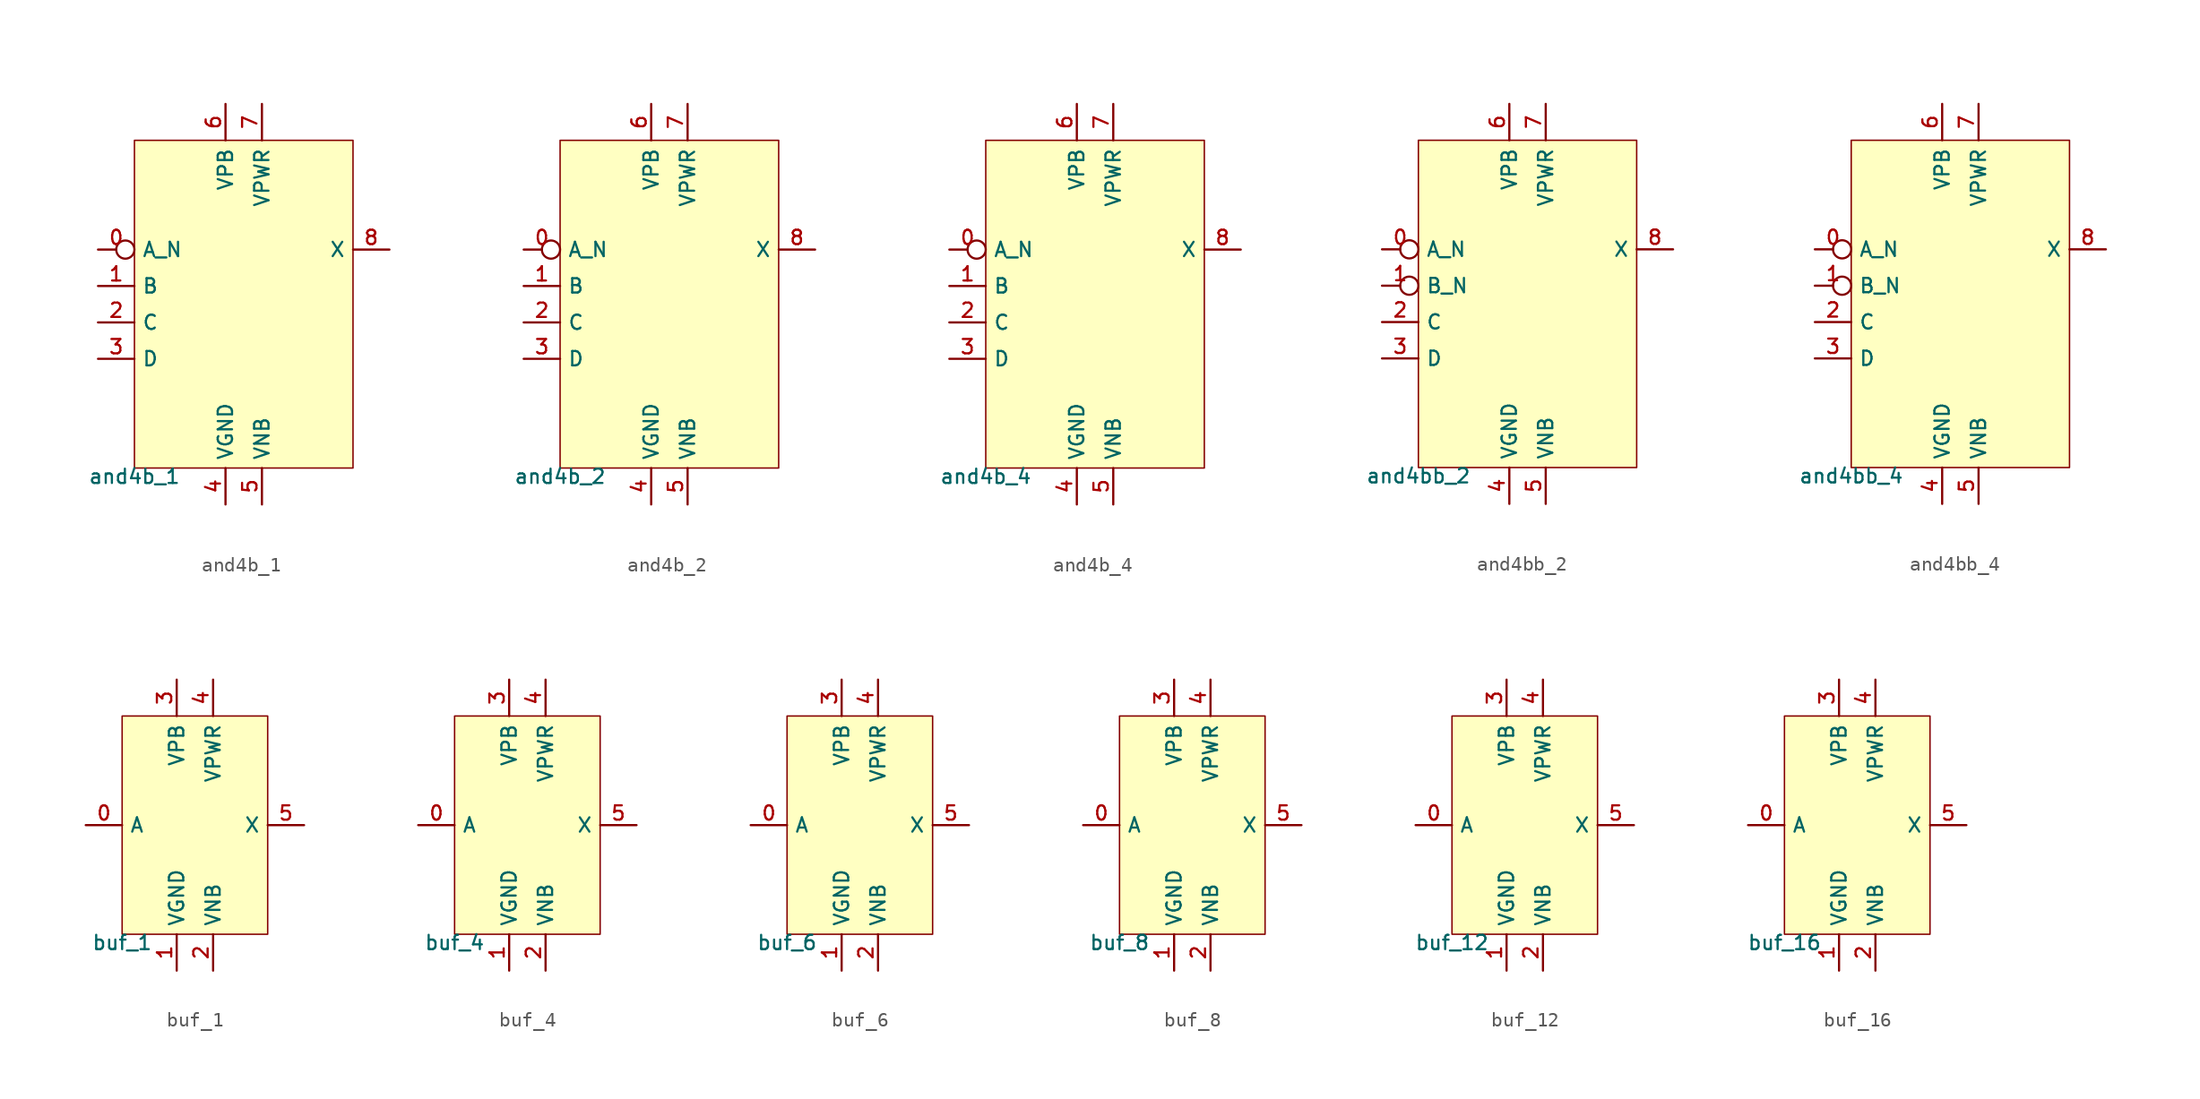
<source format=kicad_sym>
(kicad_symbol_lib
  (version 20211014)
  (generator pdk2kicad)
  (symbol "and4b_1"
    (property "Reference" "X"
      (at 0 0 0)
      (effects (font (size 1 1)) hide))
    (property "Value" "and4b_1"
      (at -7.62 -11.43 0)
      (effects (font (size 1 1)) (justify top)))
    (rectangle
      (start -7.62 -11.43)
      (end 7.62 11.43)
      (stroke (width 0.1) (type solid) (color 0 0 0 0))
      (fill (type background)))
    (pin input inverted
      (at -10.16 3.81 0)
      (length 2.54)
      (name "A_N" (effects (font (size 1 1)) hide))
      (number "0" (effects (font (size 1 1)) hide)))
    (pin input line
      (at -10.16 1.27 0)
      (length 2.54)
      (name "B" (effects (font (size 1 1)) hide))
      (number "1" (effects (font (size 1 1)) hide)))
    (pin input line
      (at -10.16 -1.27 0)
      (length 2.54)
      (name "C" (effects (font (size 1 1)) hide))
      (number "2" (effects (font (size 1 1)) hide)))
    (pin input line
      (at -10.16 -3.81 0)
      (length 2.54)
      (name "D" (effects (font (size 1 1)) hide))
      (number "3" (effects (font (size 1 1)) hide)))
    (pin power_in line
      (at -1.27 -13.97 90)
      (length 2.54)
      (name "VGND" (effects (font (size 1 1)) hide))
      (number "4" (effects (font (size 1 1)) hide)))
    (pin power_in line
      (at 1.27 -13.97 90)
      (length 2.54)
      (name "VNB" (effects (font (size 1 1)) hide))
      (number "5" (effects (font (size 1 1)) hide)))
    (pin power_in line
      (at -1.27 13.97 270)
      (length 2.54)
      (name "VPB" (effects (font (size 1 1)) hide))
      (number "6" (effects (font (size 1 1)) hide)))
    (pin power_in line
      (at 1.27 13.97 270)
      (length 2.54)
      (name "VPWR" (effects (font (size 1 1)) hide))
      (number "7" (effects (font (size 1 1)) hide)))
    (pin output line
      (at 10.16 3.81 180)
      (length 2.54)
      (name "X" (effects (font (size 1 1)) hide))
      (number "8" (effects (font (size 1 1)) hide))))
  (symbol "and4b_2"
    (property "Reference" "X"
      (at 0 0 0)
      (effects (font (size 1 1)) hide))
    (property "Value" "and4b_2"
      (at -7.62 -11.43 0)
      (effects (font (size 1 1)) (justify top)))
    (rectangle
      (start -7.62 -11.43)
      (end 7.62 11.43)
      (stroke (width 0.1) (type solid) (color 0 0 0 0))
      (fill (type background)))
    (pin input inverted
      (at -10.16 3.81 0)
      (length 2.54)
      (name "A_N" (effects (font (size 1 1)) hide))
      (number "0" (effects (font (size 1 1)) hide)))
    (pin input line
      (at -10.16 1.27 0)
      (length 2.54)
      (name "B" (effects (font (size 1 1)) hide))
      (number "1" (effects (font (size 1 1)) hide)))
    (pin input line
      (at -10.16 -1.27 0)
      (length 2.54)
      (name "C" (effects (font (size 1 1)) hide))
      (number "2" (effects (font (size 1 1)) hide)))
    (pin input line
      (at -10.16 -3.81 0)
      (length 2.54)
      (name "D" (effects (font (size 1 1)) hide))
      (number "3" (effects (font (size 1 1)) hide)))
    (pin power_in line
      (at -1.27 -13.97 90)
      (length 2.54)
      (name "VGND" (effects (font (size 1 1)) hide))
      (number "4" (effects (font (size 1 1)) hide)))
    (pin power_in line
      (at 1.27 -13.97 90)
      (length 2.54)
      (name "VNB" (effects (font (size 1 1)) hide))
      (number "5" (effects (font (size 1 1)) hide)))
    (pin power_in line
      (at -1.27 13.97 270)
      (length 2.54)
      (name "VPB" (effects (font (size 1 1)) hide))
      (number "6" (effects (font (size 1 1)) hide)))
    (pin power_in line
      (at 1.27 13.97 270)
      (length 2.54)
      (name "VPWR" (effects (font (size 1 1)) hide))
      (number "7" (effects (font (size 1 1)) hide)))
    (pin output line
      (at 10.16 3.81 180)
      (length 2.54)
      (name "X" (effects (font (size 1 1)) hide))
      (number "8" (effects (font (size 1 1)) hide))))
  (symbol "and4b_4"
    (property "Reference" "X"
      (at 0 0 0)
      (effects (font (size 1 1)) hide))
    (property "Value" "and4b_4"
      (at -7.62 -11.43 0)
      (effects (font (size 1 1)) (justify top)))
    (rectangle
      (start -7.62 -11.43)
      (end 7.62 11.43)
      (stroke (width 0.1) (type solid) (color 0 0 0 0))
      (fill (type background)))
    (pin input inverted
      (at -10.16 3.81 0)
      (length 2.54)
      (name "A_N" (effects (font (size 1 1)) hide))
      (number "0" (effects (font (size 1 1)) hide)))
    (pin input line
      (at -10.16 1.27 0)
      (length 2.54)
      (name "B" (effects (font (size 1 1)) hide))
      (number "1" (effects (font (size 1 1)) hide)))
    (pin input line
      (at -10.16 -1.27 0)
      (length 2.54)
      (name "C" (effects (font (size 1 1)) hide))
      (number "2" (effects (font (size 1 1)) hide)))
    (pin input line
      (at -10.16 -3.81 0)
      (length 2.54)
      (name "D" (effects (font (size 1 1)) hide))
      (number "3" (effects (font (size 1 1)) hide)))
    (pin power_in line
      (at -1.27 -13.97 90)
      (length 2.54)
      (name "VGND" (effects (font (size 1 1)) hide))
      (number "4" (effects (font (size 1 1)) hide)))
    (pin power_in line
      (at 1.27 -13.97 90)
      (length 2.54)
      (name "VNB" (effects (font (size 1 1)) hide))
      (number "5" (effects (font (size 1 1)) hide)))
    (pin power_in line
      (at -1.27 13.97 270)
      (length 2.54)
      (name "VPB" (effects (font (size 1 1)) hide))
      (number "6" (effects (font (size 1 1)) hide)))
    (pin power_in line
      (at 1.27 13.97 270)
      (length 2.54)
      (name "VPWR" (effects (font (size 1 1)) hide))
      (number "7" (effects (font (size 1 1)) hide)))
    (pin output line
      (at 10.16 3.81 180)
      (length 2.54)
      (name "X" (effects (font (size 1 1)) hide))
      (number "8" (effects (font (size 1 1)) hide))))
  (symbol "and4bb_2"
    (property "Reference" "X"
      (at 0 0 0)
      (effects (font (size 1 1)) hide))
    (property "Value" "and4bb_2"
      (at -7.62 -11.43 0)
      (effects (font (size 1 1)) (justify top)))
    (rectangle
      (start -7.62 -11.43)
      (end 7.62 11.43)
      (stroke (width 0.1) (type solid) (color 0 0 0 0))
      (fill (type background)))
    (pin input inverted
      (at -10.16 3.81 0)
      (length 2.54)
      (name "A_N" (effects (font (size 1 1)) hide))
      (number "0" (effects (font (size 1 1)) hide)))
    (pin input inverted
      (at -10.16 1.27 0)
      (length 2.54)
      (name "B_N" (effects (font (size 1 1)) hide))
      (number "1" (effects (font (size 1 1)) hide)))
    (pin input line
      (at -10.16 -1.27 0)
      (length 2.54)
      (name "C" (effects (font (size 1 1)) hide))
      (number "2" (effects (font (size 1 1)) hide)))
    (pin input line
      (at -10.16 -3.81 0)
      (length 2.54)
      (name "D" (effects (font (size 1 1)) hide))
      (number "3" (effects (font (size 1 1)) hide)))
    (pin power_in line
      (at -1.27 -13.97 90)
      (length 2.54)
      (name "VGND" (effects (font (size 1 1)) hide))
      (number "4" (effects (font (size 1 1)) hide)))
    (pin power_in line
      (at 1.27 -13.97 90)
      (length 2.54)
      (name "VNB" (effects (font (size 1 1)) hide))
      (number "5" (effects (font (size 1 1)) hide)))
    (pin power_in line
      (at -1.27 13.97 270)
      (length 2.54)
      (name "VPB" (effects (font (size 1 1)) hide))
      (number "6" (effects (font (size 1 1)) hide)))
    (pin power_in line
      (at 1.27 13.97 270)
      (length 2.54)
      (name "VPWR" (effects (font (size 1 1)) hide))
      (number "7" (effects (font (size 1 1)) hide)))
    (pin output line
      (at 10.16 3.81 180)
      (length 2.54)
      (name "X" (effects (font (size 1 1)) hide))
      (number "8" (effects (font (size 1 1)) hide))))
  (symbol "and4bb_4"
    (property "Reference" "X"
      (at 0 0 0)
      (effects (font (size 1 1)) hide))
    (property "Value" "and4bb_4"
      (at -7.62 -11.43 0)
      (effects (font (size 1 1)) (justify top)))
    (rectangle
      (start -7.62 -11.43)
      (end 7.62 11.43)
      (stroke (width 0.1) (type solid) (color 0 0 0 0))
      (fill (type background)))
    (pin input inverted
      (at -10.16 3.81 0)
      (length 2.54)
      (name "A_N" (effects (font (size 1 1)) hide))
      (number "0" (effects (font (size 1 1)) hide)))
    (pin input inverted
      (at -10.16 1.27 0)
      (length 2.54)
      (name "B_N" (effects (font (size 1 1)) hide))
      (number "1" (effects (font (size 1 1)) hide)))
    (pin input line
      (at -10.16 -1.27 0)
      (length 2.54)
      (name "C" (effects (font (size 1 1)) hide))
      (number "2" (effects (font (size 1 1)) hide)))
    (pin input line
      (at -10.16 -3.81 0)
      (length 2.54)
      (name "D" (effects (font (size 1 1)) hide))
      (number "3" (effects (font (size 1 1)) hide)))
    (pin power_in line
      (at -1.27 -13.97 90)
      (length 2.54)
      (name "VGND" (effects (font (size 1 1)) hide))
      (number "4" (effects (font (size 1 1)) hide)))
    (pin power_in line
      (at 1.27 -13.97 90)
      (length 2.54)
      (name "VNB" (effects (font (size 1 1)) hide))
      (number "5" (effects (font (size 1 1)) hide)))
    (pin power_in line
      (at -1.27 13.97 270)
      (length 2.54)
      (name "VPB" (effects (font (size 1 1)) hide))
      (number "6" (effects (font (size 1 1)) hide)))
    (pin power_in line
      (at 1.27 13.97 270)
      (length 2.54)
      (name "VPWR" (effects (font (size 1 1)) hide))
      (number "7" (effects (font (size 1 1)) hide)))
    (pin output line
      (at 10.16 3.81 180)
      (length 2.54)
      (name "X" (effects (font (size 1 1)) hide))
      (number "8" (effects (font (size 1 1)) hide))))
  (symbol "buf_1"
    (property "Reference" "X"
      (at 0 0 0)
      (effects (font (size 1 1)) hide))
    (property "Value" "buf_1"
      (at -5.08 -7.62 0)
      (effects (font (size 1 1)) (justify top)))
    (rectangle
      (start -5.08 -7.62)
      (end 5.08 7.62)
      (stroke (width 0.1) (type solid) (color 0 0 0 0))
      (fill (type background)))
    (pin input line
      (at -7.62 0.0 0)
      (length 2.54)
      (name "A" (effects (font (size 1 1)) hide))
      (number "0" (effects (font (size 1 1)) hide)))
    (pin power_in line
      (at -1.27 -10.16 90)
      (length 2.54)
      (name "VGND" (effects (font (size 1 1)) hide))
      (number "1" (effects (font (size 1 1)) hide)))
    (pin power_in line
      (at 1.27 -10.16 90)
      (length 2.54)
      (name "VNB" (effects (font (size 1 1)) hide))
      (number "2" (effects (font (size 1 1)) hide)))
    (pin power_in line
      (at -1.27 10.16 270)
      (length 2.54)
      (name "VPB" (effects (font (size 1 1)) hide))
      (number "3" (effects (font (size 1 1)) hide)))
    (pin power_in line
      (at 1.27 10.16 270)
      (length 2.54)
      (name "VPWR" (effects (font (size 1 1)) hide))
      (number "4" (effects (font (size 1 1)) hide)))
    (pin output line
      (at 7.62 0.0 180)
      (length 2.54)
      (name "X" (effects (font (size 1 1)) hide))
      (number "5" (effects (font (size 1 1)) hide))))
  (symbol "buf_4"
    (property "Reference" "X"
      (at 0 0 0)
      (effects (font (size 1 1)) hide))
    (property "Value" "buf_4"
      (at -5.08 -7.62 0)
      (effects (font (size 1 1)) (justify top)))
    (rectangle
      (start -5.08 -7.62)
      (end 5.08 7.62)
      (stroke (width 0.1) (type solid) (color 0 0 0 0))
      (fill (type background)))
    (pin input line
      (at -7.62 0.0 0)
      (length 2.54)
      (name "A" (effects (font (size 1 1)) hide))
      (number "0" (effects (font (size 1 1)) hide)))
    (pin power_in line
      (at -1.27 -10.16 90)
      (length 2.54)
      (name "VGND" (effects (font (size 1 1)) hide))
      (number "1" (effects (font (size 1 1)) hide)))
    (pin power_in line
      (at 1.27 -10.16 90)
      (length 2.54)
      (name "VNB" (effects (font (size 1 1)) hide))
      (number "2" (effects (font (size 1 1)) hide)))
    (pin power_in line
      (at -1.27 10.16 270)
      (length 2.54)
      (name "VPB" (effects (font (size 1 1)) hide))
      (number "3" (effects (font (size 1 1)) hide)))
    (pin power_in line
      (at 1.27 10.16 270)
      (length 2.54)
      (name "VPWR" (effects (font (size 1 1)) hide))
      (number "4" (effects (font (size 1 1)) hide)))
    (pin output line
      (at 7.62 0.0 180)
      (length 2.54)
      (name "X" (effects (font (size 1 1)) hide))
      (number "5" (effects (font (size 1 1)) hide))))
  (symbol "buf_6"
    (property "Reference" "X"
      (at 0 0 0)
      (effects (font (size 1 1)) hide))
    (property "Value" "buf_6"
      (at -5.08 -7.62 0)
      (effects (font (size 1 1)) (justify top)))
    (rectangle
      (start -5.08 -7.62)
      (end 5.08 7.62)
      (stroke (width 0.1) (type solid) (color 0 0 0 0))
      (fill (type background)))
    (pin input line
      (at -7.62 0.0 0)
      (length 2.54)
      (name "A" (effects (font (size 1 1)) hide))
      (number "0" (effects (font (size 1 1)) hide)))
    (pin power_in line
      (at -1.27 -10.16 90)
      (length 2.54)
      (name "VGND" (effects (font (size 1 1)) hide))
      (number "1" (effects (font (size 1 1)) hide)))
    (pin power_in line
      (at 1.27 -10.16 90)
      (length 2.54)
      (name "VNB" (effects (font (size 1 1)) hide))
      (number "2" (effects (font (size 1 1)) hide)))
    (pin power_in line
      (at -1.27 10.16 270)
      (length 2.54)
      (name "VPB" (effects (font (size 1 1)) hide))
      (number "3" (effects (font (size 1 1)) hide)))
    (pin power_in line
      (at 1.27 10.16 270)
      (length 2.54)
      (name "VPWR" (effects (font (size 1 1)) hide))
      (number "4" (effects (font (size 1 1)) hide)))
    (pin output line
      (at 7.62 0.0 180)
      (length 2.54)
      (name "X" (effects (font (size 1 1)) hide))
      (number "5" (effects (font (size 1 1)) hide))))
  (symbol "buf_8"
    (property "Reference" "X"
      (at 0 0 0)
      (effects (font (size 1 1)) hide))
    (property "Value" "buf_8"
      (at -5.08 -7.62 0)
      (effects (font (size 1 1)) (justify top)))
    (rectangle
      (start -5.08 -7.62)
      (end 5.08 7.62)
      (stroke (width 0.1) (type solid) (color 0 0 0 0))
      (fill (type background)))
    (pin input line
      (at -7.62 0.0 0)
      (length 2.54)
      (name "A" (effects (font (size 1 1)) hide))
      (number "0" (effects (font (size 1 1)) hide)))
    (pin power_in line
      (at -1.27 -10.16 90)
      (length 2.54)
      (name "VGND" (effects (font (size 1 1)) hide))
      (number "1" (effects (font (size 1 1)) hide)))
    (pin power_in line
      (at 1.27 -10.16 90)
      (length 2.54)
      (name "VNB" (effects (font (size 1 1)) hide))
      (number "2" (effects (font (size 1 1)) hide)))
    (pin power_in line
      (at -1.27 10.16 270)
      (length 2.54)
      (name "VPB" (effects (font (size 1 1)) hide))
      (number "3" (effects (font (size 1 1)) hide)))
    (pin power_in line
      (at 1.27 10.16 270)
      (length 2.54)
      (name "VPWR" (effects (font (size 1 1)) hide))
      (number "4" (effects (font (size 1 1)) hide)))
    (pin output line
      (at 7.62 0.0 180)
      (length 2.54)
      (name "X" (effects (font (size 1 1)) hide))
      (number "5" (effects (font (size 1 1)) hide))))
  (symbol "buf_12"
    (property "Reference" "X"
      (at 0 0 0)
      (effects (font (size 1 1)) hide))
    (property "Value" "buf_12"
      (at -5.08 -7.62 0)
      (effects (font (size 1 1)) (justify top)))
    (rectangle
      (start -5.08 -7.62)
      (end 5.08 7.62)
      (stroke (width 0.1) (type solid) (color 0 0 0 0))
      (fill (type background)))
    (pin input line
      (at -7.62 0.0 0)
      (length 2.54)
      (name "A" (effects (font (size 1 1)) hide))
      (number "0" (effects (font (size 1 1)) hide)))
    (pin power_in line
      (at -1.27 -10.16 90)
      (length 2.54)
      (name "VGND" (effects (font (size 1 1)) hide))
      (number "1" (effects (font (size 1 1)) hide)))
    (pin power_in line
      (at 1.27 -10.16 90)
      (length 2.54)
      (name "VNB" (effects (font (size 1 1)) hide))
      (number "2" (effects (font (size 1 1)) hide)))
    (pin power_in line
      (at -1.27 10.16 270)
      (length 2.54)
      (name "VPB" (effects (font (size 1 1)) hide))
      (number "3" (effects (font (size 1 1)) hide)))
    (pin power_in line
      (at 1.27 10.16 270)
      (length 2.54)
      (name "VPWR" (effects (font (size 1 1)) hide))
      (number "4" (effects (font (size 1 1)) hide)))
    (pin output line
      (at 7.62 0.0 180)
      (length 2.54)
      (name "X" (effects (font (size 1 1)) hide))
      (number "5" (effects (font (size 1 1)) hide))))
  (symbol "buf_16"
    (property "Reference" "X"
      (at 0 0 0)
      (effects (font (size 1 1)) hide))
    (property "Value" "buf_16"
      (at -5.08 -7.62 0)
      (effects (font (size 1 1)) (justify top)))
    (rectangle
      (start -5.08 -7.62)
      (end 5.08 7.62)
      (stroke (width 0.1) (type solid) (color 0 0 0 0))
      (fill (type background)))
    (pin input line
      (at -7.62 0.0 0)
      (length 2.54)
      (name "A" (effects (font (size 1 1)) hide))
      (number "0" (effects (font (size 1 1)) hide)))
    (pin power_in line
      (at -1.27 -10.16 90)
      (length 2.54)
      (name "VGND" (effects (font (size 1 1)) hide))
      (number "1" (effects (font (size 1 1)) hide)))
    (pin power_in line
      (at 1.27 -10.16 90)
      (length 2.54)
      (name "VNB" (effects (font (size 1 1)) hide))
      (number "2" (effects (font (size 1 1)) hide)))
    (pin power_in line
      (at -1.27 10.16 270)
      (length 2.54)
      (name "VPB" (effects (font (size 1 1)) hide))
      (number "3" (effects (font (size 1 1)) hide)))
    (pin power_in line
      (at 1.27 10.16 270)
      (length 2.54)
      (name "VPWR" (effects (font (size 1 1)) hide))
      (number "4" (effects (font (size 1 1)) hide)))
    (pin output line
      (at 7.62 0.0 180)
      (length 2.54)
      (name "X" (effects (font (size 1 1)) hide))
      (number "5" (effects (font (size 1 1)) hide)))))
</source>
